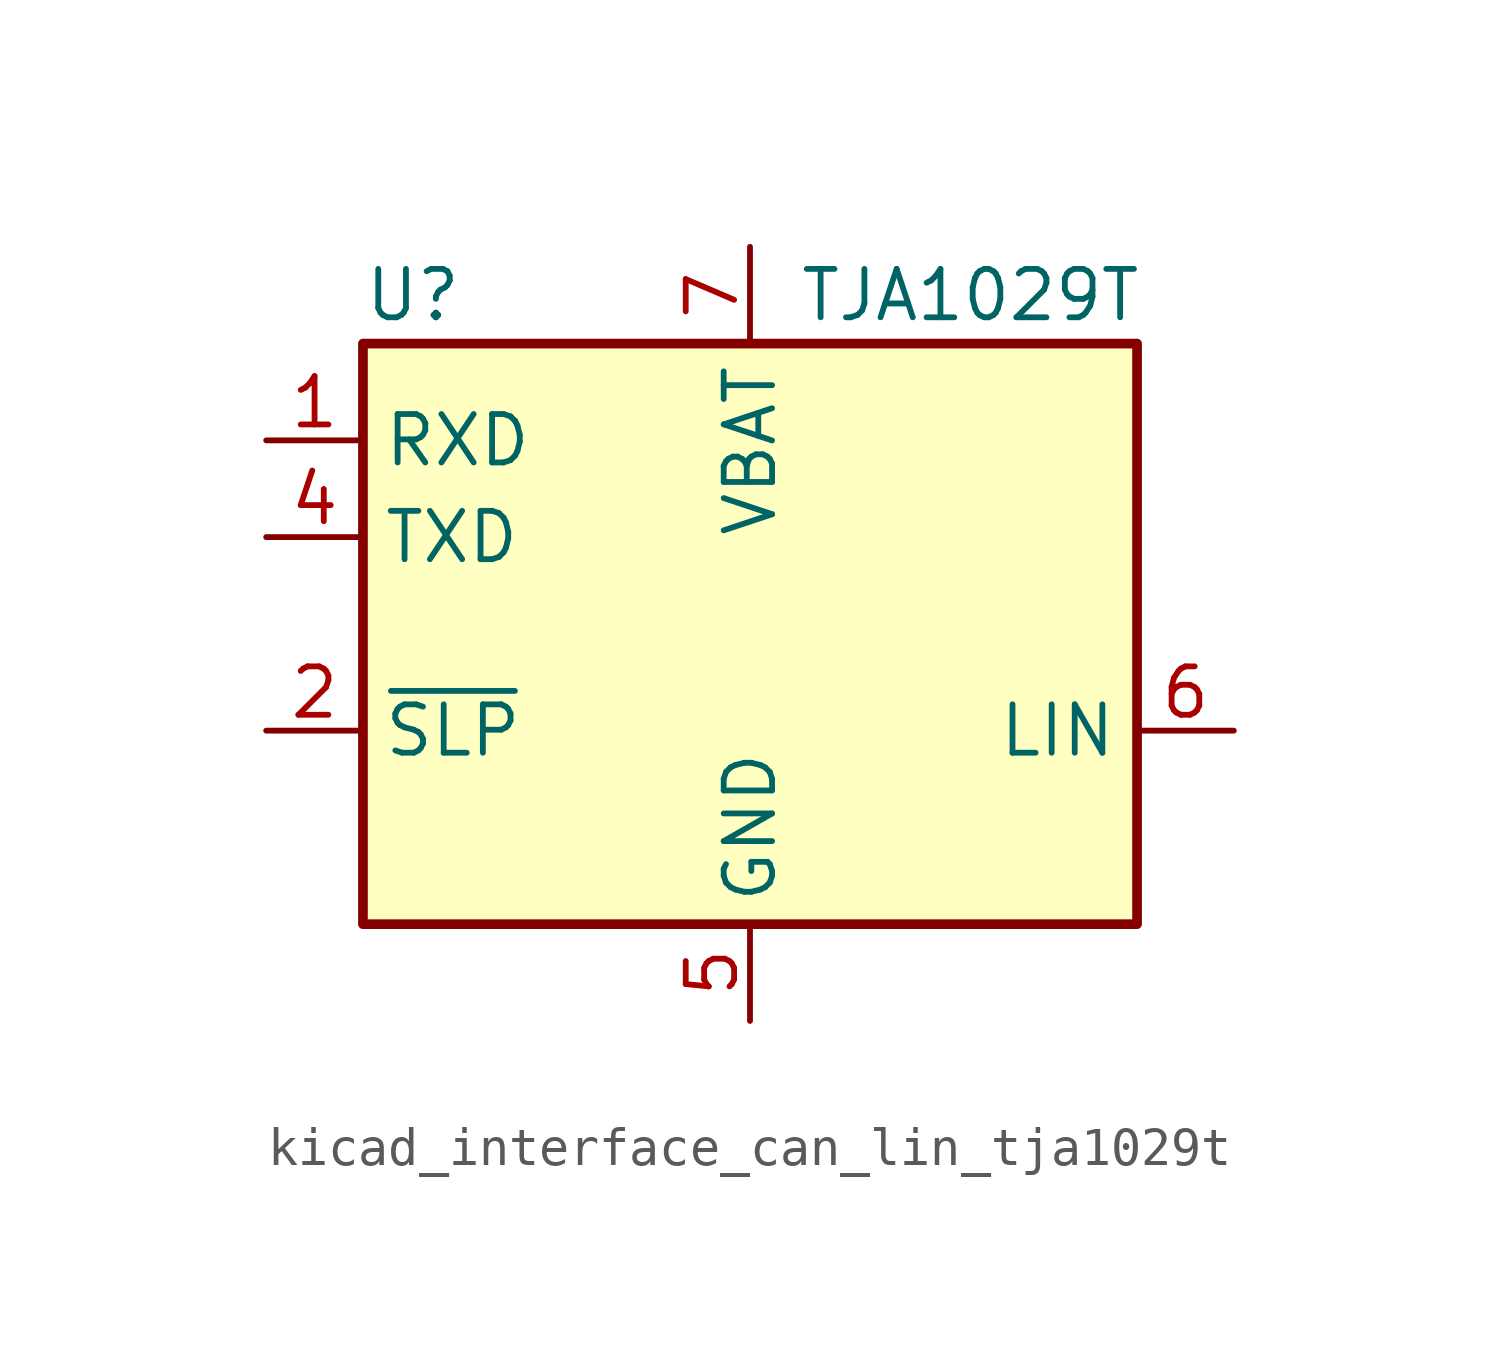
<source format=kicad_sym>
(kicad_symbol_lib
  (version 20220914)
  (generator kicad_symbol_editor)
  (symbol "kicad_interface_can_lin_tja1029t"
    (property "Reference" "U"
      (at -10.16 8.89 0)
      (effects (font (size 1.27 1.27)) (justify left)))
    (property "Value" "TJA1029T"
      (at 1.27 8.89 0)
      (effects (font (size 1.27 1.27)) (justify left)))
    (symbol "kicad_interface_can_lin_tja1029t_0_1"
      (rectangle (start -10.16 7.62) (end 10.16 -7.62) (stroke (width 0.254) (type default)) (fill (type background))))
    (symbol "kicad_interface_can_lin_tja1029t_1_1"
      (pin open_collector line (at -12.7 5.08 0) (length 2.54) (name "RXD" (effects (font (size 1.27 1.27)))) (number "1" (effects (font (size 1.27 1.27)))))
      (pin input line (at -12.7 -2.54 0) (length 2.54) (name "~{SLP}" (effects (font (size 1.27 1.27)))) (number "2" (effects (font (size 1.27 1.27)))))
      (pin no_connect line (at -10.16 -5.08 0) (length 2.54) hide (name "NC" (effects (font (size 1.27 1.27)))) (number "3" (effects (font (size 1.27 1.27)))))
      (pin input line (at -12.7 2.54 0) (length 2.54) (name "TXD" (effects (font (size 1.27 1.27)))) (number "4" (effects (font (size 1.27 1.27)))))
      (pin power_in line (at 0 -10.16 90) (length 2.54) (name "GND" (effects (font (size 1.27 1.27)))) (number "5" (effects (font (size 1.27 1.27)))))
      (pin bidirectional line (at 12.7 -2.54 180) (length 2.54) (name "LIN" (effects (font (size 1.27 1.27)))) (number "6" (effects (font (size 1.27 1.27)))))
      (pin power_in line (at 0 10.16 270) (length 2.54) (name "VBAT" (effects (font (size 1.27 1.27)))) (number "7" (effects (font (size 1.27 1.27)))))
      (pin no_connect line (at 10.16 2.54 180) (length 2.54) hide (name "NC" (effects (font (size 1.27 1.27)))) (number "8" (effects (font (size 1.27 1.27))))))))
</source>
